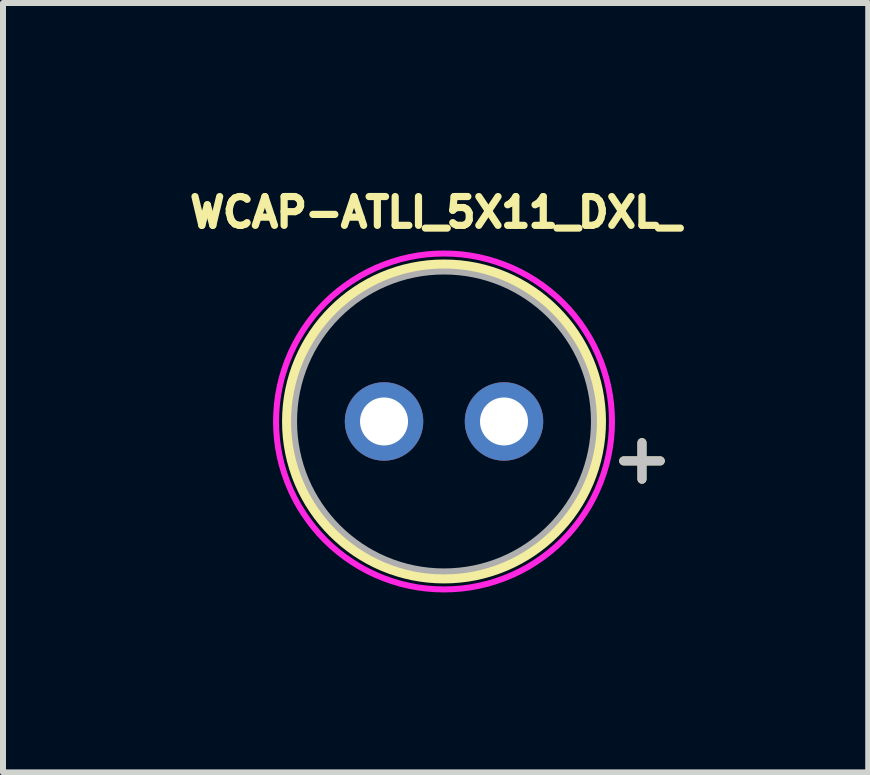
<source format=kicad_pcb>
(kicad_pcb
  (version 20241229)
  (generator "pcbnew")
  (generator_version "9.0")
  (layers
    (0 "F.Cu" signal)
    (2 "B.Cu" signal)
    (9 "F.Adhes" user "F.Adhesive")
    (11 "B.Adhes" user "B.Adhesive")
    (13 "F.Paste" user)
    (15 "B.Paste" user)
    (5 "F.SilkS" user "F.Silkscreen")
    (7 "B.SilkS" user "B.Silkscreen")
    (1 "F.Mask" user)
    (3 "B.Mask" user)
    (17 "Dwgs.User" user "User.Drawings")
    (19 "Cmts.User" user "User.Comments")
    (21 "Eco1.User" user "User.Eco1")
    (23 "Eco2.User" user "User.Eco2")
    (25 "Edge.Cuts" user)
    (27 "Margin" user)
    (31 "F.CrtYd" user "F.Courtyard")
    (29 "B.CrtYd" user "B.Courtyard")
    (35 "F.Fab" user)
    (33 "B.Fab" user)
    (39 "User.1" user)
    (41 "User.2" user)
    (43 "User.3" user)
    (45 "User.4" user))
  (footprint "WCAP-ATLI_5X11_DXL_"
    (layer "F.Cu")
    (at 4.352 3.976)
    (property "Reference" "WCAP-ATLI_5X11_DXL_" (at -0.14 -3.485 0) (layer "F.SilkS") (effects (font (size 0.48 0.48) (thickness 0.15))))
    (attr through_hole)
    (fp_circle (center 0 0) (end 2.6 0) (stroke (width 0.2) (type solid)) (fill no) (layer "F.SilkS"))
    (fp_poly (pts (xy 0 2.8) (xy -0.147 2.796) (xy -0.293 2.785) (xy -0.438 2.766) (xy -0.582 2.739) (xy -0.725 2.705) (xy -0.865 2.663) (xy -1.003 2.614) (xy -1.139 2.558) (xy -1.271 2.495) (xy -1.4 2.425) (xy -1.525 2.348) (xy -1.646 2.265) (xy -1.762 2.176) (xy -1.874 2.081) (xy -1.98 1.98) (xy -2.081 1.874) (xy -2.176 1.762) (xy -2.265 1.646) (xy -2.348 1.525) (xy -2.425 1.4) (xy -2.495 1.271) (xy -2.558 1.139) (xy -2.614 1.003) (xy -2.663 0.865) (xy -2.705 0.725) (xy -2.739 0.582) (xy -2.766 0.438) (xy -2.785 0.293) (xy -2.796 0.147) (xy -2.8 0) (xy -2.796 -0.147) (xy -2.785 -0.293) (xy -2.766 -0.438) (xy -2.739 -0.582) (xy -2.705 -0.725) (xy -2.663 -0.865) (xy -2.614 -1.003) (xy -2.558 -1.139) (xy -2.495 -1.271) (xy -2.425 -1.4) (xy -2.348 -1.525) (xy -2.265 -1.646) (xy -2.176 -1.762) (xy -2.081 -1.874) (xy -1.98 -1.98) (xy -1.874 -2.081) (xy -1.762 -2.176) (xy -1.646 -2.265) (xy -1.525 -2.348) (xy -1.4 -2.425) (xy -1.271 -2.495) (xy -1.139 -2.558) (xy -1.003 -2.614) (xy -0.865 -2.663) (xy -0.725 -2.705) (xy -0.582 -2.739) (xy -0.438 -2.766) (xy -0.293 -2.785) (xy -0.147 -2.796) (xy 0 -2.8) (xy 0.147 -2.796) (xy 0.293 -2.785) (xy 0.438 -2.766) (xy 0.582 -2.739) (xy 0.725 -2.705) (xy 0.865 -2.663) (xy 1.003 -2.614) (xy 1.139 -2.558) (xy 1.271 -2.495) (xy 1.4 -2.425) (xy 1.525 -2.348) (xy 1.646 -2.265) (xy 1.762 -2.176) (xy 1.874 -2.081) (xy 1.98 -1.98) (xy 2.081 -1.874) (xy 2.176 -1.762) (xy 2.265 -1.646) (xy 2.348 -1.525) (xy 2.425 -1.4) (xy 2.495 -1.271) (xy 2.558 -1.139) (xy 2.614 -1.003) (xy 2.663 -0.865) (xy 2.705 -0.725) (xy 2.739 -0.582) (xy 2.766 -0.438) (xy 2.785 -0.293) (xy 2.796 -0.147) (xy 2.8 0) (xy 2.796 0.147) (xy 2.785 0.293) (xy 2.766 0.438) (xy 2.739 0.582) (xy 2.705 0.725) (xy 2.663 0.865) (xy 2.614 1.003) (xy 2.558 1.139) (xy 2.495 1.271) (xy 2.425 1.4) (xy 2.348 1.525) (xy 2.265 1.646) (xy 2.176 1.762) (xy 2.081 1.874) (xy 1.98 1.98) (xy 1.874 2.081) (xy 1.762 2.176) (xy 1.646 2.265) (xy 1.525 2.348) (xy 1.4 2.425) (xy 1.271 2.495) (xy 1.139 2.558) (xy 1.003 2.614) (xy 0.865 2.663) (xy 0.725 2.705) (xy 0.582 2.739) (xy 0.438 2.766) (xy 0.293 2.785) (xy 0.147 2.796) (xy 0 2.8)) (stroke (width 0.1) (type solid)) (fill no) (layer "F.CrtYd"))
    (fp_circle (center 0 0) (end 2.5 0) (stroke (width 0.1) (type solid)) (fill no) (layer "F.Fab"))
    (fp_text user "+" (at 3.3 0.6 0) (layer "F.SilkS") (effects (font (size 0.8 0.8) (thickness 0.15))))
    (fp_text user "+" (at 3.3 0.6 0) (layer "Dwgs.User") (effects (font (size 0.8 0.8) (thickness 0.15))))
    (pad "1" thru_hole circle (at 1 0) (size 1.308 1.308) (drill 0.8) (layers "*.Cu" "*.Mask"))
    (pad "2" thru_hole circle (at -1 0) (size 1.308 1.308) (drill 0.8) (layers "*.Cu" "*.Mask")))
  (gr_rect
    (start -3 -3)
    (end 11.424 9.826)
    (stroke (width 0.1) (type default))
    (fill no)
    (layer "Edge.Cuts")))
</source>
